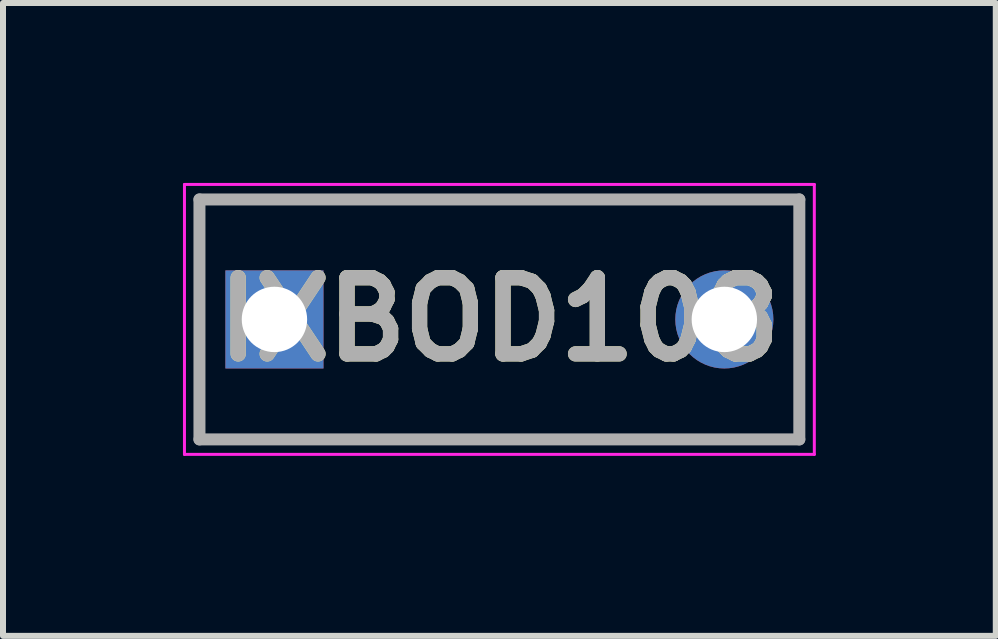
<source format=kicad_pcb>
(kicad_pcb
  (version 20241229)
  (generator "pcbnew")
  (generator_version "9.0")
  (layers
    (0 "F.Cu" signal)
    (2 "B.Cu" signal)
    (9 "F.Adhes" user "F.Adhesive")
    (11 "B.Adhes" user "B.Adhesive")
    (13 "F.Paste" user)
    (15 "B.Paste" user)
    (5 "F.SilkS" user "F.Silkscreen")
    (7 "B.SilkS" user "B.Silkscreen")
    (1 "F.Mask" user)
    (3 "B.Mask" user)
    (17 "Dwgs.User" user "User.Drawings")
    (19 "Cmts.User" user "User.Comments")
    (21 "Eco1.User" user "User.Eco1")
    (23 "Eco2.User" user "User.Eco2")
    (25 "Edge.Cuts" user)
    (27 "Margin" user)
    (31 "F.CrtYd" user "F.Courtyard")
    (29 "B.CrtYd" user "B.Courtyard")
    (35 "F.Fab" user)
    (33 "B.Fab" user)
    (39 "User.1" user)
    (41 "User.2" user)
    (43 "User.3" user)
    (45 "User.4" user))
  (footprint "IXBOD108"
    (layer "F.Cu")
    (at 1.525 2.275)
    (property "Reference" "IXBOD108" (at 3.75 0 0) (layer "F.SilkS") (effects (font (size 1.27 1.27) (thickness 0.254))))
    (attr through_hole)
    (fp_line (start -1.25 -2) (end 8.75 -2) (stroke (width 0.1) (type solid)) (layer "F.SilkS"))
    (fp_line (start -1.25 2) (end -1.25 -2) (stroke (width 0.1) (type solid)) (layer "F.SilkS"))
    (fp_line (start 8.75 -2) (end 8.75 2) (stroke (width 0.1) (type solid)) (layer "F.SilkS"))
    (fp_line (start 8.75 2) (end -1.25 2) (stroke (width 0.1) (type solid)) (layer "F.SilkS"))
    (fp_line (start -1.5 -2.25) (end 9 -2.25) (stroke (width 0.05) (type solid)) (layer "F.CrtYd"))
    (fp_line (start -1.5 2.25) (end -1.5 -2.25) (stroke (width 0.05) (type solid)) (layer "F.CrtYd"))
    (fp_line (start 9 -2.25) (end 9 2.25) (stroke (width 0.05) (type solid)) (layer "F.CrtYd"))
    (fp_line (start 9 2.25) (end -1.5 2.25) (stroke (width 0.05) (type solid)) (layer "F.CrtYd"))
    (fp_line (start -1.25 -2) (end 8.75 -2) (stroke (width 0.2) (type solid)) (layer "F.Fab"))
    (fp_line (start -1.25 2) (end -1.25 -2) (stroke (width 0.2) (type solid)) (layer "F.Fab"))
    (fp_line (start 8.75 -2) (end 8.75 2) (stroke (width 0.2) (type solid)) (layer "F.Fab"))
    (fp_line (start 8.75 2) (end -1.25 2) (stroke (width 0.2) (type solid)) (layer "F.Fab"))
    (fp_text user "${REFERENCE}" (at 3.75 0 0) (layer "F.Fab") (effects (font (size 1.27 1.27) (thickness 0.254))))
    (pad "1" thru_hole rect (at 0 0) (size 1.635 1.635) (drill 1.09) (layers "*.Cu" "*.Mask"))
    (pad "2" thru_hole circle (at 7.5 0) (size 1.635 1.635) (drill 1.09) (layers "*.Cu" "*.Mask")))
  (gr_rect
    (start -3 -3)
    (end 13.55 7.55)
    (stroke (width 0.1) (type default))
    (fill no)
    (layer "Edge.Cuts")))
</source>
